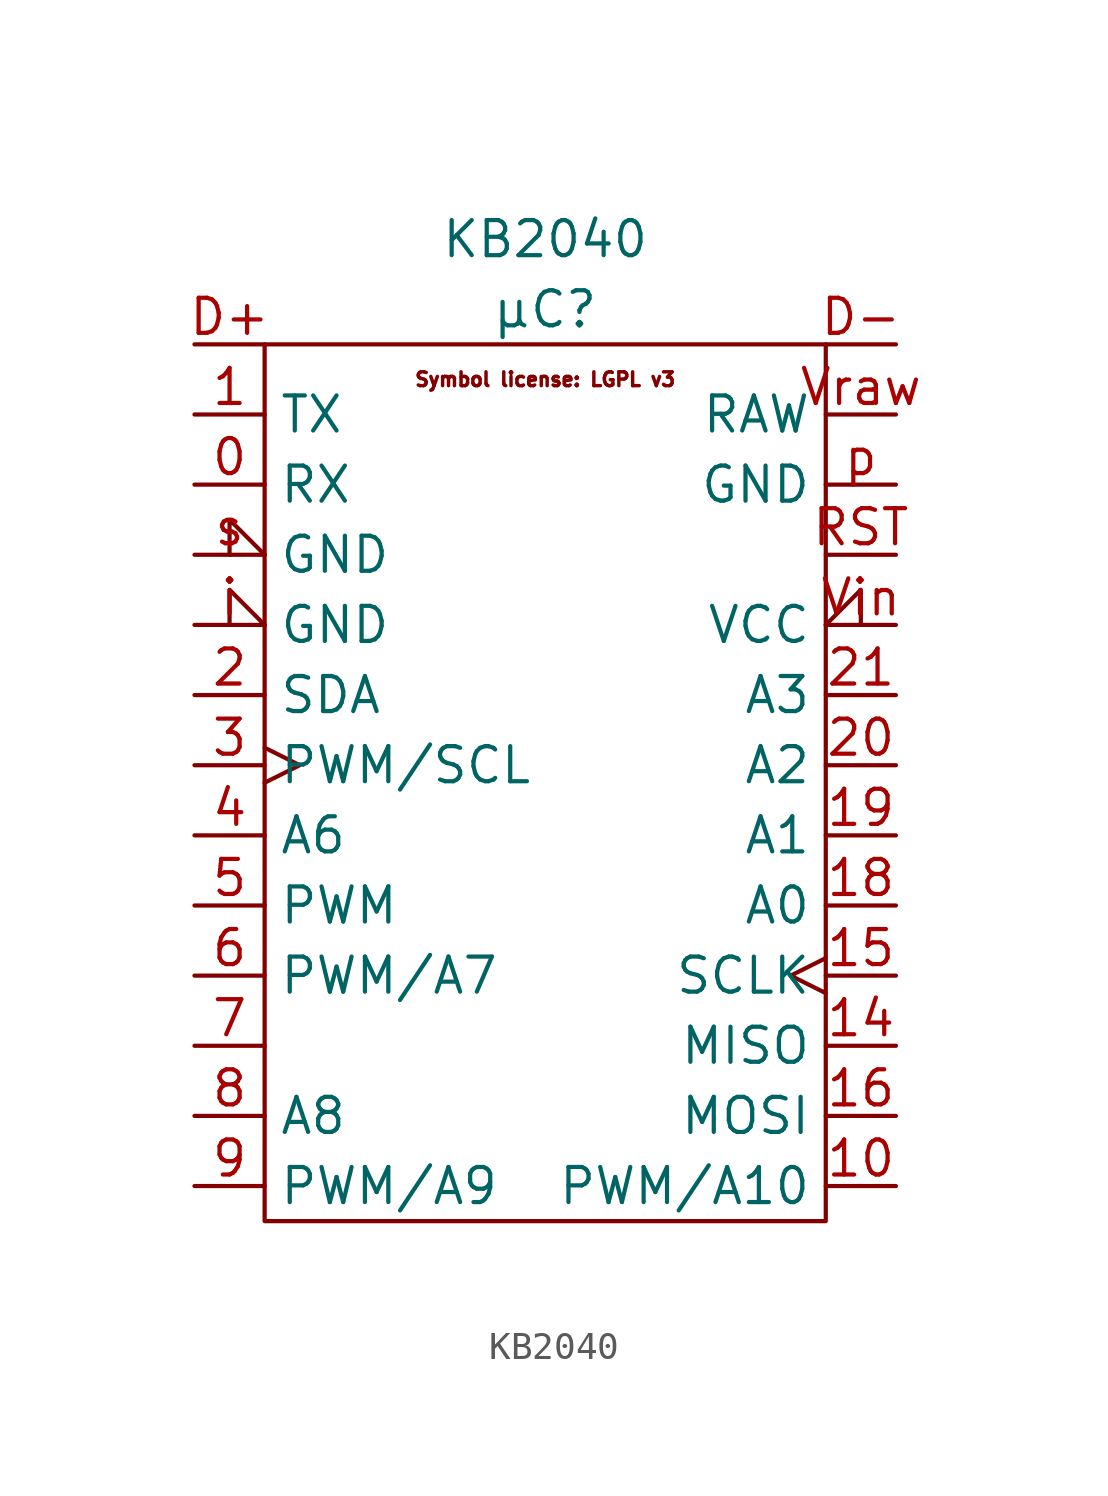
<source format=kicad_sym>
(kicad_symbol_lib
  (version 20220914)
  (generator kicad_symbol_editor)
  (symbol "KB2040"
    (property "Reference" "μC"
      (at 0 0 0)
      (effects (font (size 1.27 1.27))))
    (property "Value" "KB2040"
      (at 0 2.54 0)
      (effects (font (size 1.27 1.27))))
    (symbol "KB2040_0_0"
      (text "Symbol license: LGPL v3" (at 0 -2.54 0) (effects (font (size 0.5 0.5)))))
    (symbol "KB2040_0_1"
      (rectangle (start -10.16 -1.27) (end 10.16 -33.02) (stroke (width 0) (type default)) (fill (type none))))
    (symbol "KB2040_1_1"
      (pin bidirectional line (at -12.7 -6.35 0) (length 2.54) (name "RX" (effects (font (size 1.27 1.27)))) (number "0" (effects (font (size 1.27 1.27)))))
      (pin bidirectional line (at -12.7 -3.81 0) (length 2.54) (name "TX" (effects (font (size 1.27 1.27)))) (number "1" (effects (font (size 1.27 1.27)))))
      (pin bidirectional line (at 12.7 -31.75 180) (length 2.54) (name "PWM/A10" (effects (font (size 1.27 1.27)))) (number "10" (effects (font (size 1.27 1.27)))))
      (pin bidirectional line (at 12.7 -26.67 180) (length 2.54) (name "MISO" (effects (font (size 1.27 1.27)))) (number "14" (effects (font (size 1.27 1.27)))))
      (pin bidirectional clock (at 12.7 -24.13 180) (length 2.54) (name "SCLK" (effects (font (size 1.27 1.27)))) (number "15" (effects (font (size 1.27 1.27)))))
      (pin bidirectional line (at 12.7 -29.21 180) (length 2.54) (name "MOSI" (effects (font (size 1.27 1.27)))) (number "16" (effects (font (size 1.27 1.27)))))
      (pin bidirectional line (at 12.7 -21.59 180) (length 2.54) (name "A0" (effects (font (size 1.27 1.27)))) (number "18" (effects (font (size 1.27 1.27)))))
      (pin bidirectional line (at 12.7 -19.05 180) (length 2.54) (name "A1" (effects (font (size 1.27 1.27)))) (number "19" (effects (font (size 1.27 1.27)))))
      (pin bidirectional line (at -12.7 -13.97 0) (length 2.54) (name "SDA" (effects (font (size 1.27 1.27)))) (number "2" (effects (font (size 1.27 1.27)))))
      (pin bidirectional line (at 12.7 -16.51 180) (length 2.54) (name "A2" (effects (font (size 1.27 1.27)))) (number "20" (effects (font (size 1.27 1.27)))))
      (pin bidirectional line (at 12.7 -13.97 180) (length 2.54) (name "A3" (effects (font (size 1.27 1.27)))) (number "21" (effects (font (size 1.27 1.27)))))
      (pin bidirectional clock (at -12.7 -16.51 0) (length 2.54) (name "PWM/SCL" (effects (font (size 1.27 1.27)))) (number "3" (effects (font (size 1.27 1.27)))))
      (pin bidirectional line (at -12.7 -19.05 0) (length 2.54) (name "A6" (effects (font (size 1.27 1.27)))) (number "4" (effects (font (size 1.27 1.27)))))
      (pin bidirectional line (at -12.7 -21.59 0) (length 2.54) (name "PWM" (effects (font (size 1.27 1.27)))) (number "5" (effects (font (size 1.27 1.27)))))
      (pin bidirectional line (at -12.7 -24.13 0) (length 2.54) (name "PWM/A7" (effects (font (size 1.27 1.27)))) (number "6" (effects (font (size 1.27 1.27)))))
      (pin bidirectional line (at -12.7 -26.67 0) (length 2.54) (name "" (effects (font (size 1.27 1.27)))) (number "7" (effects (font (size 1.27 1.27)))))
      (pin bidirectional line (at -12.7 -29.21 0) (length 2.54) (name "A8" (effects (font (size 1.27 1.27)))) (number "8" (effects (font (size 1.27 1.27)))))
      (pin bidirectional line (at -12.7 -31.75 0) (length 2.54) (name "PWM/A9" (effects (font (size 1.27 1.27)))) (number "9" (effects (font (size 1.27 1.27)))))
      (pin bidirectional line (at -12.7 -1.27 0) (length 2.54) (name "" (effects (font (size 1.27 1.27)))) (number "D+" (effects (font (size 1.27 1.27)))))
      (pin bidirectional line (at 12.7 -1.27 180) (length 2.54) (name "" (effects (font (size 1.27 1.27)))) (number "D-" (effects (font (size 1.27 1.27)))))
      (pin power_in line (at 12.7 -8.89 180) (length 2.54) (name "" (effects (font (size 1.27 1.27)))) (number "RST" (effects (font (size 1.27 1.27)))))
      (pin input input_low (at 12.7 -11.43 180) (length 2.54) (name "VCC" (effects (font (size 1.27 1.27)))) (number "Vin" (effects (font (size 1.27 1.27)))))
      (pin power_out line (at 12.7 -3.81 180) (length 2.54) (name "RAW" (effects (font (size 1.27 1.27)))) (number "Vraw" (effects (font (size 1.27 1.27)))))
      (pin power_in input_low (at -12.7 -11.43 0) (length 2.54) (name "GND" (effects (font (size 1.27 1.27)))) (number "i" (effects (font (size 1.27 1.27)))))
      (pin power_in line (at 12.7 -6.35 180) (length 2.54) (name "GND" (effects (font (size 1.27 1.27)))) (number "p" (effects (font (size 1.27 1.27)))))
      (pin power_in input_low (at -12.7 -8.89 0) (length 2.54) (name "GND" (effects (font (size 1.27 1.27)))) (number "s" (effects (font (size 1.27 1.27))))))))
</source>
